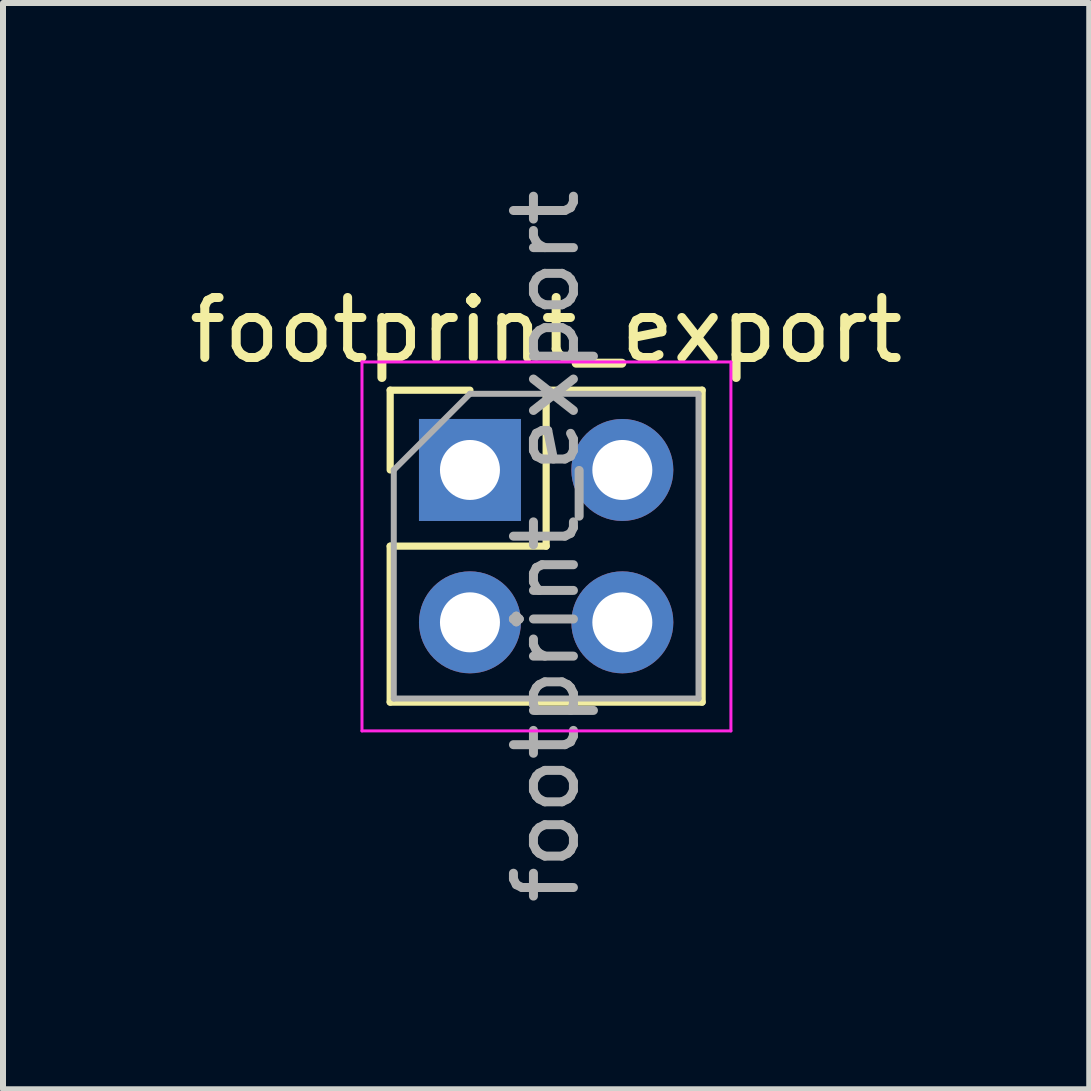
<source format=kicad_pcb>
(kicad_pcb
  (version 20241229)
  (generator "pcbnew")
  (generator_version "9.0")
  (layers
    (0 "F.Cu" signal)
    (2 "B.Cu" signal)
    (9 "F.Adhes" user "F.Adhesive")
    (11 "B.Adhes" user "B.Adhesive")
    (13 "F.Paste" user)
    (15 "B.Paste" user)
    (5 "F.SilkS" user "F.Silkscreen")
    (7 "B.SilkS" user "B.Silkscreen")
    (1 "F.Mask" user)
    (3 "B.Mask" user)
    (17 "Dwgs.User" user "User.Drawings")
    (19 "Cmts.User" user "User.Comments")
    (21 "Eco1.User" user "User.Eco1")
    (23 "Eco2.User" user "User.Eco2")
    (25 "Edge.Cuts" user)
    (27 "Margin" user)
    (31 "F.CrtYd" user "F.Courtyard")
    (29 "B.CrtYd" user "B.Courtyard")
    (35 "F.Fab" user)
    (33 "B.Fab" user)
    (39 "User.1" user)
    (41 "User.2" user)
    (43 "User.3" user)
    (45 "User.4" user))
  (footprint "footprint_export"
    (layer "F.Cu")
    (at 4.784 4.784)
    (property "Reference" "footprint_export" (at 1.27 -2.33 0) (layer "F.SilkS") (effects (font (size 1 1) (thickness 0.15))))
    (attr through_hole)
    (fp_line (start -1.33 -1.33) (end 0 -1.33) (stroke (width 0.12) (type solid)) (layer "F.SilkS"))
    (fp_line (start -1.33 0) (end -1.33 -1.33) (stroke (width 0.12) (type solid)) (layer "F.SilkS"))
    (fp_line (start -1.33 1.27) (end -1.33 3.87) (stroke (width 0.12) (type solid)) (layer "F.SilkS"))
    (fp_line (start -1.33 1.27) (end 1.27 1.27) (stroke (width 0.12) (type solid)) (layer "F.SilkS"))
    (fp_line (start -1.33 3.87) (end 3.87 3.87) (stroke (width 0.12) (type solid)) (layer "F.SilkS"))
    (fp_line (start 1.27 -1.33) (end 3.87 -1.33) (stroke (width 0.12) (type solid)) (layer "F.SilkS"))
    (fp_line (start 1.27 1.27) (end 1.27 -1.33) (stroke (width 0.12) (type solid)) (layer "F.SilkS"))
    (fp_line (start 3.87 -1.33) (end 3.87 3.87) (stroke (width 0.12) (type solid)) (layer "F.SilkS"))
    (fp_line (start -1.8 -1.8) (end -1.8 4.35) (stroke (width 0.05) (type solid)) (layer "F.CrtYd"))
    (fp_line (start -1.8 4.35) (end 4.35 4.35) (stroke (width 0.05) (type solid)) (layer "F.CrtYd"))
    (fp_line (start 4.35 -1.8) (end -1.8 -1.8) (stroke (width 0.05) (type solid)) (layer "F.CrtYd"))
    (fp_line (start 4.35 4.35) (end 4.35 -1.8) (stroke (width 0.05) (type solid)) (layer "F.CrtYd"))
    (fp_line (start -1.27 0) (end 0 -1.27) (stroke (width 0.1) (type solid)) (layer "F.Fab"))
    (fp_line (start -1.27 3.81) (end -1.27 0) (stroke (width 0.1) (type solid)) (layer "F.Fab"))
    (fp_line (start 0 -1.27) (end 3.81 -1.27) (stroke (width 0.1) (type solid)) (layer "F.Fab"))
    (fp_line (start 3.81 -1.27) (end 3.81 3.81) (stroke (width 0.1) (type solid)) (layer "F.Fab"))
    (fp_line (start 3.81 3.81) (end -1.27 3.81) (stroke (width 0.1) (type solid)) (layer "F.Fab"))
    (fp_text user "${REFERENCE}" (at 1.27 1.27 90) (layer "F.Fab") (effects (font (size 1 1) (thickness 0.15))))
    (pad "1" thru_hole rect (at 0 0) (size 1.7 1.7) (drill 1) (layers "*.Cu" "*.Mask"))
    (pad "2" thru_hole oval (at 2.54 0) (size 1.7 1.7) (drill 1) (layers "*.Cu" "*.Mask"))
    (pad "3" thru_hole oval (at 0 2.54) (size 1.7 1.7) (drill 1) (layers "*.Cu" "*.Mask"))
    (pad "4" thru_hole oval (at 2.54 2.54) (size 1.7 1.7) (drill 1) (layers "*.Cu" "*.Mask")))
  (gr_rect
    (start -3 -3)
    (end 15.107 15.107)
    (stroke (width 0.1) (type default))
    (fill no)
    (layer "Edge.Cuts")))
</source>
